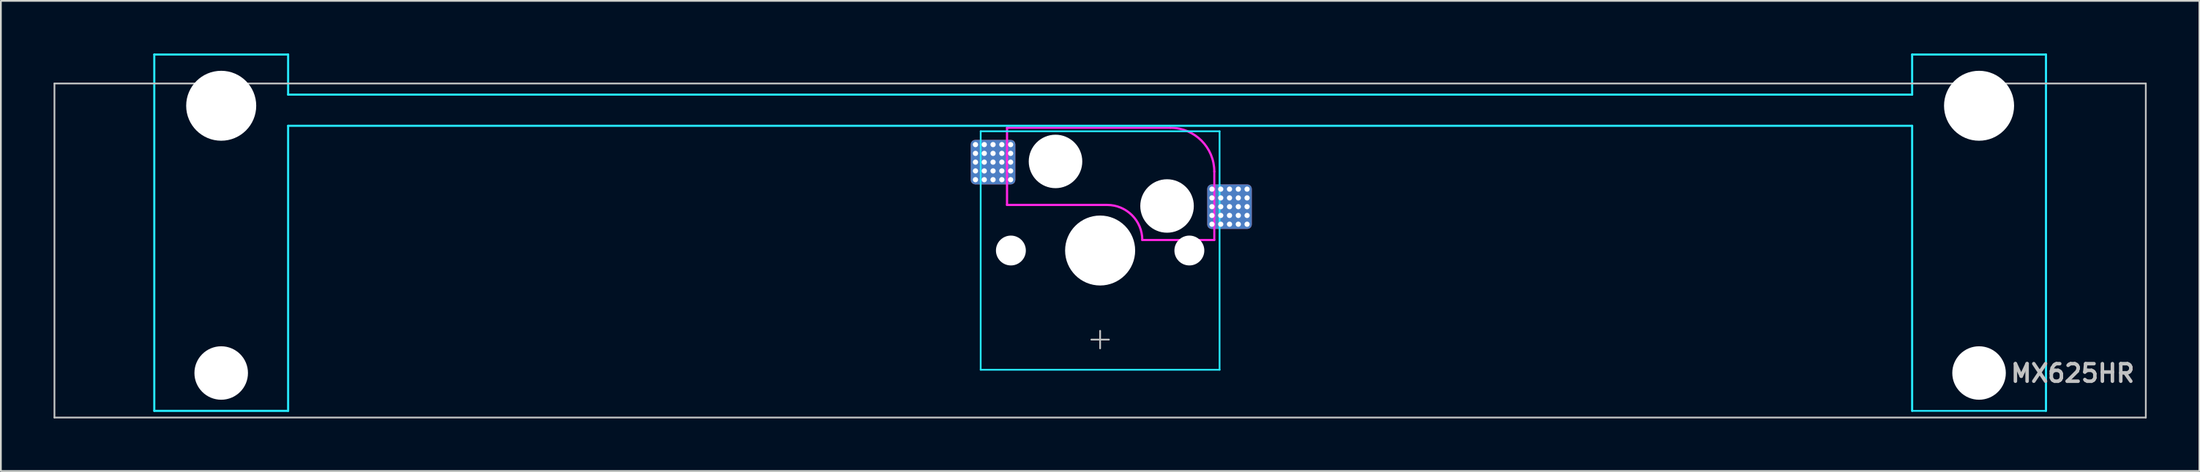
<source format=kicad_pcb>
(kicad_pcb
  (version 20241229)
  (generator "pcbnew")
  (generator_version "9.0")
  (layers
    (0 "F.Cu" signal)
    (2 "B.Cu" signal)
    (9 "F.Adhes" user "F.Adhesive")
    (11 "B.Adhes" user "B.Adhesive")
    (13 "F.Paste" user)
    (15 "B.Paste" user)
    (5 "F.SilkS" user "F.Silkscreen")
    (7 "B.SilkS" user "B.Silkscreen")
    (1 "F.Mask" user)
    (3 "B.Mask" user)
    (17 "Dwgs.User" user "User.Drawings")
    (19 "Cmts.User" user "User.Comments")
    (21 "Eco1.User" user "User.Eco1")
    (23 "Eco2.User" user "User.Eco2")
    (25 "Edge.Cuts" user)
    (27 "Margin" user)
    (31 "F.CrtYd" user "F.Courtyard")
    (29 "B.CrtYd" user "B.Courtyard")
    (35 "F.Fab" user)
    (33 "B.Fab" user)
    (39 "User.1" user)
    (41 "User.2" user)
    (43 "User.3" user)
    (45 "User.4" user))
  (footprint "MX625HR"
    (layer "F.Cu")
    (at 59.581 11.236)
    (property "Reference" "MX625HR" (at 59 7 0) (layer "Dwgs.User") (effects (font (size 1 1) (thickness 0.2)) (justify right)))
    (attr smd)
    (fp_line (start -59.531 -9.525) (end -59.531 9.525) (stroke (width 0.1) (type solid)) (layer "Dwgs.User"))
    (fp_line (start -59.531 -9.525) (end 59.531 -9.525) (stroke (width 0.1) (type solid)) (layer "Dwgs.User"))
    (fp_line (start -59.531 9.525) (end 59.531 9.525) (stroke (width 0.1) (type solid)) (layer "Dwgs.User"))
    (fp_line (start -0.5 5.08) (end 0.5 5.08) (stroke (width 0.1) (type solid)) (layer "Dwgs.User"))
    (fp_line (start 0 4.58) (end 0 5.58) (stroke (width 0.1) (type solid)) (layer "Dwgs.User"))
    (fp_line (start 59.531 -9.525) (end 59.531 9.525) (stroke (width 0.1) (type solid)) (layer "Dwgs.User"))
    (fp_line (start -53.538 -8.515) (end -53.538 5.485) (stroke (width 0.1) (type solid)) (layer "Eco1.User"))
    (fp_line (start -53.038 -9.015) (end -47.038 -9.015) (stroke (width 0.1) (type solid)) (layer "Eco1.User"))
    (fp_line (start -47.038 5.985) (end -53.038 5.985) (stroke (width 0.1) (type solid)) (layer "Eco1.User"))
    (fp_line (start -46.538 5.485) (end -46.538 -8.515) (stroke (width 0.1) (type solid)) (layer "Eco1.User"))
    (fp_line (start -7 -6.5) (end -7 6.5) (stroke (width 0.1) (type solid)) (layer "Eco1.User"))
    (fp_line (start -6.5 7) (end 6.5 7) (stroke (width 0.1) (type solid)) (layer "Eco1.User"))
    (fp_line (start 6.5 -7) (end -6.5 -7) (stroke (width 0.1) (type solid)) (layer "Eco1.User"))
    (fp_line (start 7 6.5) (end 7 -6.5) (stroke (width 0.1) (type solid)) (layer "Eco1.User"))
    (fp_line (start 46.538 -8.515) (end 46.538 5.485) (stroke (width 0.1) (type solid)) (layer "Eco1.User"))
    (fp_line (start 47.038 -9.015) (end 53.038 -9.015) (stroke (width 0.1) (type solid)) (layer "Eco1.User"))
    (fp_line (start 53.038 5.985) (end 47.038 5.985) (stroke (width 0.1) (type solid)) (layer "Eco1.User"))
    (fp_line (start 53.538 5.485) (end 53.538 -8.515) (stroke (width 0.1) (type solid)) (layer "Eco1.User"))
    (fp_arc (start -53.538 -8.515) (mid -53.391553 -8.868553) (end -53.038 -9.015) (stroke (width 0.1) (type solid)) (layer "Eco1.User"))
    (fp_arc (start -53.038 5.985) (mid -53.391553 5.838553) (end -53.538 5.485) (stroke (width 0.1) (type solid)) (layer "Eco1.User"))
    (fp_arc (start -47.038 -9.015) (mid -46.684447 -8.868553) (end -46.538 -8.515) (stroke (width 0.1) (type solid)) (layer "Eco1.User"))
    (fp_arc (start -46.538 5.485) (mid -46.684447 5.838553) (end -47.038 5.985) (stroke (width 0.1) (type solid)) (layer "Eco1.User"))
    (fp_arc (start -7 -6.5) (mid -6.853553 -6.853553) (end -6.5 -7) (stroke (width 0.1) (type solid)) (layer "Eco1.User"))
    (fp_arc (start -6.5 7) (mid -6.853553 6.853553) (end -7 6.5) (stroke (width 0.1) (type solid)) (layer "Eco1.User"))
    (fp_arc (start 6.5 -7) (mid 6.853553 -6.853553) (end 7 -6.5) (stroke (width 0.1) (type solid)) (layer "Eco1.User"))
    (fp_arc (start 7 6.5) (mid 6.853553 6.853553) (end 6.5 7) (stroke (width 0.1) (type solid)) (layer "Eco1.User"))
    (fp_arc (start 46.538 -8.515) (mid 46.684447 -8.868553) (end 47.038 -9.015) (stroke (width 0.1) (type solid)) (layer "Eco1.User"))
    (fp_arc (start 47.038 5.985) (mid 46.684447 5.838553) (end 46.538 5.485) (stroke (width 0.1) (type solid)) (layer "Eco1.User"))
    (fp_arc (start 53.038 -9.015) (mid 53.391553 -8.868553) (end 53.538 -8.515) (stroke (width 0.1) (type solid)) (layer "Eco1.User"))
    (fp_arc (start 53.538 5.485) (mid 53.391553 5.838553) (end 53.038 5.985) (stroke (width 0.1) (type solid)) (layer "Eco1.User"))
    (fp_line (start -53.848 -11.176) (end -53.848 9.144) (stroke (width 0.12) (type solid)) (layer "B.CrtYd"))
    (fp_line (start -53.848 -11.176) (end -46.228 -11.176) (stroke (width 0.12) (type solid)) (layer "B.CrtYd"))
    (fp_line (start -53.848 9.144) (end -46.228 9.144) (stroke (width 0.12) (type solid)) (layer "B.CrtYd"))
    (fp_line (start -46.228 -11.176) (end -46.228 -8.89) (stroke (width 0.12) (type solid)) (layer "B.CrtYd"))
    (fp_line (start -46.228 -7.112) (end -46.228 9.144) (stroke (width 0.12) (type solid)) (layer "B.CrtYd"))
    (fp_line (start -6.8 -6.8) (end -6.8 6.8) (stroke (width 0.1) (type solid)) (layer "B.CrtYd"))
    (fp_line (start 6.8 -6.8) (end -6.8 -6.8) (stroke (width 0.1) (type solid)) (layer "B.CrtYd"))
    (fp_line (start 6.8 -6.8) (end 6.8 6.8) (stroke (width 0.1) (type solid)) (layer "B.CrtYd"))
    (fp_line (start 6.8 6.8) (end -6.8 6.8) (stroke (width 0.1) (type solid)) (layer "B.CrtYd"))
    (fp_line (start 46.228 -11.176) (end 46.228 -8.89) (stroke (width 0.12) (type solid)) (layer "B.CrtYd"))
    (fp_line (start 46.228 -8.89) (end -46.228 -8.89) (stroke (width 0.12) (type solid)) (layer "B.CrtYd"))
    (fp_line (start 46.228 -7.112) (end -46.228 -7.112) (stroke (width 0.12) (type solid)) (layer "B.CrtYd"))
    (fp_line (start 46.228 -7.112) (end 46.228 9.144) (stroke (width 0.12) (type solid)) (layer "B.CrtYd"))
    (fp_line (start 53.848 -11.176) (end 46.228 -11.176) (stroke (width 0.12) (type solid)) (layer "B.CrtYd"))
    (fp_line (start 53.848 -11.176) (end 53.848 9.144) (stroke (width 0.12) (type solid)) (layer "B.CrtYd"))
    (fp_line (start 53.848 9.144) (end 46.228 9.144) (stroke (width 0.1) (type solid)) (layer "B.CrtYd"))
    (fp_line (start -5.3 -7) (end -5.3 -2.6) (stroke (width 0.127) (type solid)) (layer "F.CrtYd"))
    (fp_line (start -5.2 -7) (end -5.3 -7) (stroke (width 0.12) (type solid)) (layer "F.CrtYd"))
    (fp_line (start 0.4 -2.6) (end -5.3 -2.6) (stroke (width 0.127) (type solid)) (layer "F.CrtYd"))
    (fp_line (start 4 -7) (end -5.2 -7) (stroke (width 0.12) (type solid)) (layer "F.CrtYd"))
    (fp_line (start 6.5 -4.5) (end 6.5 -0.6) (stroke (width 0.12) (type solid)) (layer "F.CrtYd"))
    (fp_line (start 6.5 -0.6) (end 2.4 -0.6) (stroke (width 0.12) (type solid)) (layer "F.CrtYd"))
    (fp_arc (start 0.4 -2.6) (mid 1.814214 -2.014214) (end 2.4 -0.6) (stroke (width 0.127) (type solid)) (layer "F.CrtYd"))
    (fp_arc (start 4 -7) (mid 5.767767 -6.267767) (end 6.5 -4.5) (stroke (width 0.127) (type solid)) (layer "F.CrtYd"))
    (pad "" np_thru_hole circle (at -50.038 -8.255 180) (size 3.988 3.988) (drill 3.988) (layers "*.Cu" "*.Mask"))
    (pad "" np_thru_hole circle (at -50.038 6.985 180) (size 3.048 3.048) (drill 3.048) (layers "*.Cu" "*.Mask"))
    (pad "" np_thru_hole circle (at -5.08 0) (size 1.702 1.702) (drill 1.702) (layers "*.Cu" "*.Mask"))
    (pad "" np_thru_hole circle (at -2.54 -5.08) (size 3.048 3.048) (drill 3.048) (layers "*.Cu" "*.Mask"))
    (pad "" np_thru_hole circle (at 0 0) (size 3.988 3.988) (drill 3.988) (layers "*.Cu" "*.Mask"))
    (pad "" np_thru_hole circle (at 3.81 -2.54) (size 3.048 3.048) (drill 3.048) (layers "*.Cu" "*.Mask"))
    (pad "" np_thru_hole circle (at 5.08 0) (size 1.702 1.702) (drill 1.702) (layers "*.Cu" "*.Mask"))
    (pad "" np_thru_hole circle (at 50.038 -8.255 180) (size 3.988 3.988) (drill 3.988) (layers "*.Cu" "*.Mask"))
    (pad "" np_thru_hole circle (at 50.038 6.985 180) (size 3.048 3.048) (drill 3.048) (layers "*.Cu" "*.Mask"))
    (pad "1" thru_hole circle (at -7.096 -6.04) (size 0.3 0.3) (drill 0.3) (layers "*.Cu" "F.Mask"))
    (pad "1" thru_hole circle (at -7.096 -5.54) (size 0.3 0.3) (drill 0.3) (layers "*.Cu" "F.Mask"))
    (pad "1" thru_hole circle (at -7.096 -5.04) (size 0.3 0.3) (drill 0.3) (layers "*.Cu" "F.Mask"))
    (pad "1" thru_hole circle (at -7.096 -4.54) (size 0.3 0.3) (drill 0.3) (layers "*.Cu" "F.Mask"))
    (pad "1" thru_hole circle (at -7.096 -4.04) (size 0.3 0.3) (drill 0.3) (layers "*.Cu" "F.Mask"))
    (pad "1" thru_hole circle (at -6.596 -6.04) (size 0.3 0.3) (drill 0.3) (layers "*.Cu" "F.Mask"))
    (pad "1" thru_hole circle (at -6.596 -5.54) (size 0.3 0.3) (drill 0.3) (layers "*.Cu" "F.Mask"))
    (pad "1" thru_hole circle (at -6.596 -5.04) (size 0.3 0.3) (drill 0.3) (layers "*.Cu" "F.Mask"))
    (pad "1" thru_hole circle (at -6.596 -4.54) (size 0.3 0.3) (drill 0.3) (layers "*.Cu" "F.Mask"))
    (pad "1" thru_hole circle (at -6.596 -4.04) (size 0.3 0.3) (drill 0.3) (layers "*.Cu" "F.Mask"))
    (pad "1" thru_hole circle (at -6.096 -6.04) (size 0.3 0.3) (drill 0.3) (layers "*.Cu" "F.Mask"))
    (pad "1" thru_hole circle (at -6.096 -5.54) (size 0.3 0.3) (drill 0.3) (layers "*.Cu" "F.Mask"))
    (pad "1" thru_hole circle (at -6.096 -5.04) (size 0.3 0.3) (drill 0.3) (layers "*.Cu" "F.Mask"))
    (pad "1" smd roundrect (at -6.096 -5.04) (size 2.54 2.54) (layers "F.Cu" "F.Mask") (roundrect_rratio 0.1))
    (pad "1" smd roundrect (at -6.096 -5.04) (size 2.54 2.54) (layers "B.Cu") (roundrect_rratio 0.1))
    (pad "1" thru_hole circle (at -6.096 -4.54) (size 0.3 0.3) (drill 0.3) (layers "*.Cu" "F.Mask"))
    (pad "1" thru_hole circle (at -6.096 -4.04) (size 0.3 0.3) (drill 0.3) (layers "*.Cu" "F.Mask"))
    (pad "1" thru_hole circle (at -5.596 -6.04) (size 0.3 0.3) (drill 0.3) (layers "*.Cu" "F.Mask"))
    (pad "1" thru_hole circle (at -5.596 -5.54) (size 0.3 0.3) (drill 0.3) (layers "*.Cu" "F.Mask"))
    (pad "1" thru_hole circle (at -5.596 -5.04) (size 0.3 0.3) (drill 0.3) (layers "*.Cu" "F.Mask"))
    (pad "1" thru_hole circle (at -5.596 -4.54) (size 0.3 0.3) (drill 0.3) (layers "*.Cu" "F.Mask"))
    (pad "1" thru_hole circle (at -5.596 -4.04) (size 0.3 0.3) (drill 0.3) (layers "*.Cu" "F.Mask"))
    (pad "1" thru_hole circle (at -5.096 -6.04) (size 0.3 0.3) (drill 0.3) (layers "*.Cu" "F.Mask"))
    (pad "1" thru_hole circle (at -5.096 -5.54) (size 0.3 0.3) (drill 0.3) (layers "*.Cu" "F.Mask"))
    (pad "1" thru_hole circle (at -5.096 -5.04) (size 0.3 0.3) (drill 0.3) (layers "*.Cu" "F.Mask"))
    (pad "1" thru_hole circle (at -5.096 -4.54) (size 0.3 0.3) (drill 0.3) (layers "*.Cu" "F.Mask"))
    (pad "1" thru_hole circle (at -5.096 -4.04) (size 0.3 0.3) (drill 0.3) (layers "*.Cu" "F.Mask"))
    (pad "2" thru_hole circle (at 6.366 -3.5) (size 0.3 0.3) (drill 0.3) (layers "*.Cu" "F.Mask"))
    (pad "2" thru_hole circle (at 6.366 -3) (size 0.3 0.3) (drill 0.3) (layers "*.Cu" "F.Mask"))
    (pad "2" thru_hole circle (at 6.366 -2.5) (size 0.3 0.3) (drill 0.3) (layers "*.Cu" "F.Mask"))
    (pad "2" thru_hole circle (at 6.366 -2) (size 0.3 0.3) (drill 0.3) (layers "*.Cu" "F.Mask"))
    (pad "2" thru_hole circle (at 6.366 -1.5) (size 0.3 0.3) (drill 0.3) (layers "*.Cu" "F.Mask"))
    (pad "2" thru_hole circle (at 6.866 -3.5) (size 0.3 0.3) (drill 0.3) (layers "*.Cu" "F.Mask"))
    (pad "2" thru_hole circle (at 6.866 -3) (size 0.3 0.3) (drill 0.3) (layers "*.Cu" "F.Mask"))
    (pad "2" thru_hole circle (at 6.866 -2.5) (size 0.3 0.3) (drill 0.3) (layers "*.Cu" "F.Mask"))
    (pad "2" thru_hole circle (at 6.866 -2) (size 0.3 0.3) (drill 0.3) (layers "*.Cu" "F.Mask"))
    (pad "2" thru_hole circle (at 6.866 -1.5) (size 0.3 0.3) (drill 0.3) (layers "*.Cu" "F.Mask"))
    (pad "2" thru_hole circle (at 7.366 -3.5) (size 0.3 0.3) (drill 0.3) (layers "*.Cu" "F.Mask"))
    (pad "2" thru_hole circle (at 7.366 -3) (size 0.3 0.3) (drill 0.3) (layers "*.Cu" "F.Mask"))
    (pad "2" thru_hole circle (at 7.366 -2.5) (size 0.3 0.3) (drill 0.3) (layers "*.Cu" "F.Mask"))
    (pad "2" smd roundrect (at 7.366 -2.5) (size 2.54 2.54) (layers "F.Cu" "F.Mask") (roundrect_rratio 0.1))
    (pad "2" smd roundrect (at 7.366 -2.5) (size 2.54 2.54) (layers "B.Cu") (roundrect_rratio 0.1))
    (pad "2" thru_hole circle (at 7.366 -2) (size 0.3 0.3) (drill 0.3) (layers "*.Cu" "F.Mask"))
    (pad "2" thru_hole circle (at 7.366 -1.5) (size 0.3 0.3) (drill 0.3) (layers "*.Cu" "F.Mask"))
    (pad "2" thru_hole circle (at 7.866 -3.5) (size 0.3 0.3) (drill 0.3) (layers "*.Cu" "F.Mask"))
    (pad "2" thru_hole circle (at 7.866 -3) (size 0.3 0.3) (drill 0.3) (layers "*.Cu" "F.Mask"))
    (pad "2" thru_hole circle (at 7.866 -2.5) (size 0.3 0.3) (drill 0.3) (layers "*.Cu" "F.Mask"))
    (pad "2" thru_hole circle (at 7.866 -2) (size 0.3 0.3) (drill 0.3) (layers "*.Cu" "F.Mask"))
    (pad "2" thru_hole circle (at 7.866 -1.5) (size 0.3 0.3) (drill 0.3) (layers "*.Cu" "F.Mask"))
    (pad "2" thru_hole circle (at 8.366 -3.5) (size 0.3 0.3) (drill 0.3) (layers "*.Cu" "F.Mask"))
    (pad "2" thru_hole circle (at 8.366 -3) (size 0.3 0.3) (drill 0.3) (layers "*.Cu" "F.Mask"))
    (pad "2" thru_hole circle (at 8.366 -2.5) (size 0.3 0.3) (drill 0.3) (layers "*.Cu" "F.Mask"))
    (pad "2" thru_hole circle (at 8.366 -2) (size 0.3 0.3) (drill 0.3) (layers "*.Cu" "F.Mask"))
    (pad "2" thru_hole circle (at 8.366 -1.5) (size 0.3 0.3) (drill 0.3) (layers "*.Cu" "F.Mask")))
  (gr_rect
    (start -3 -3)
    (end 122.162 23.811)
    (stroke (width 0.1) (type default))
    (fill no)
    (layer "Edge.Cuts")))
</source>
